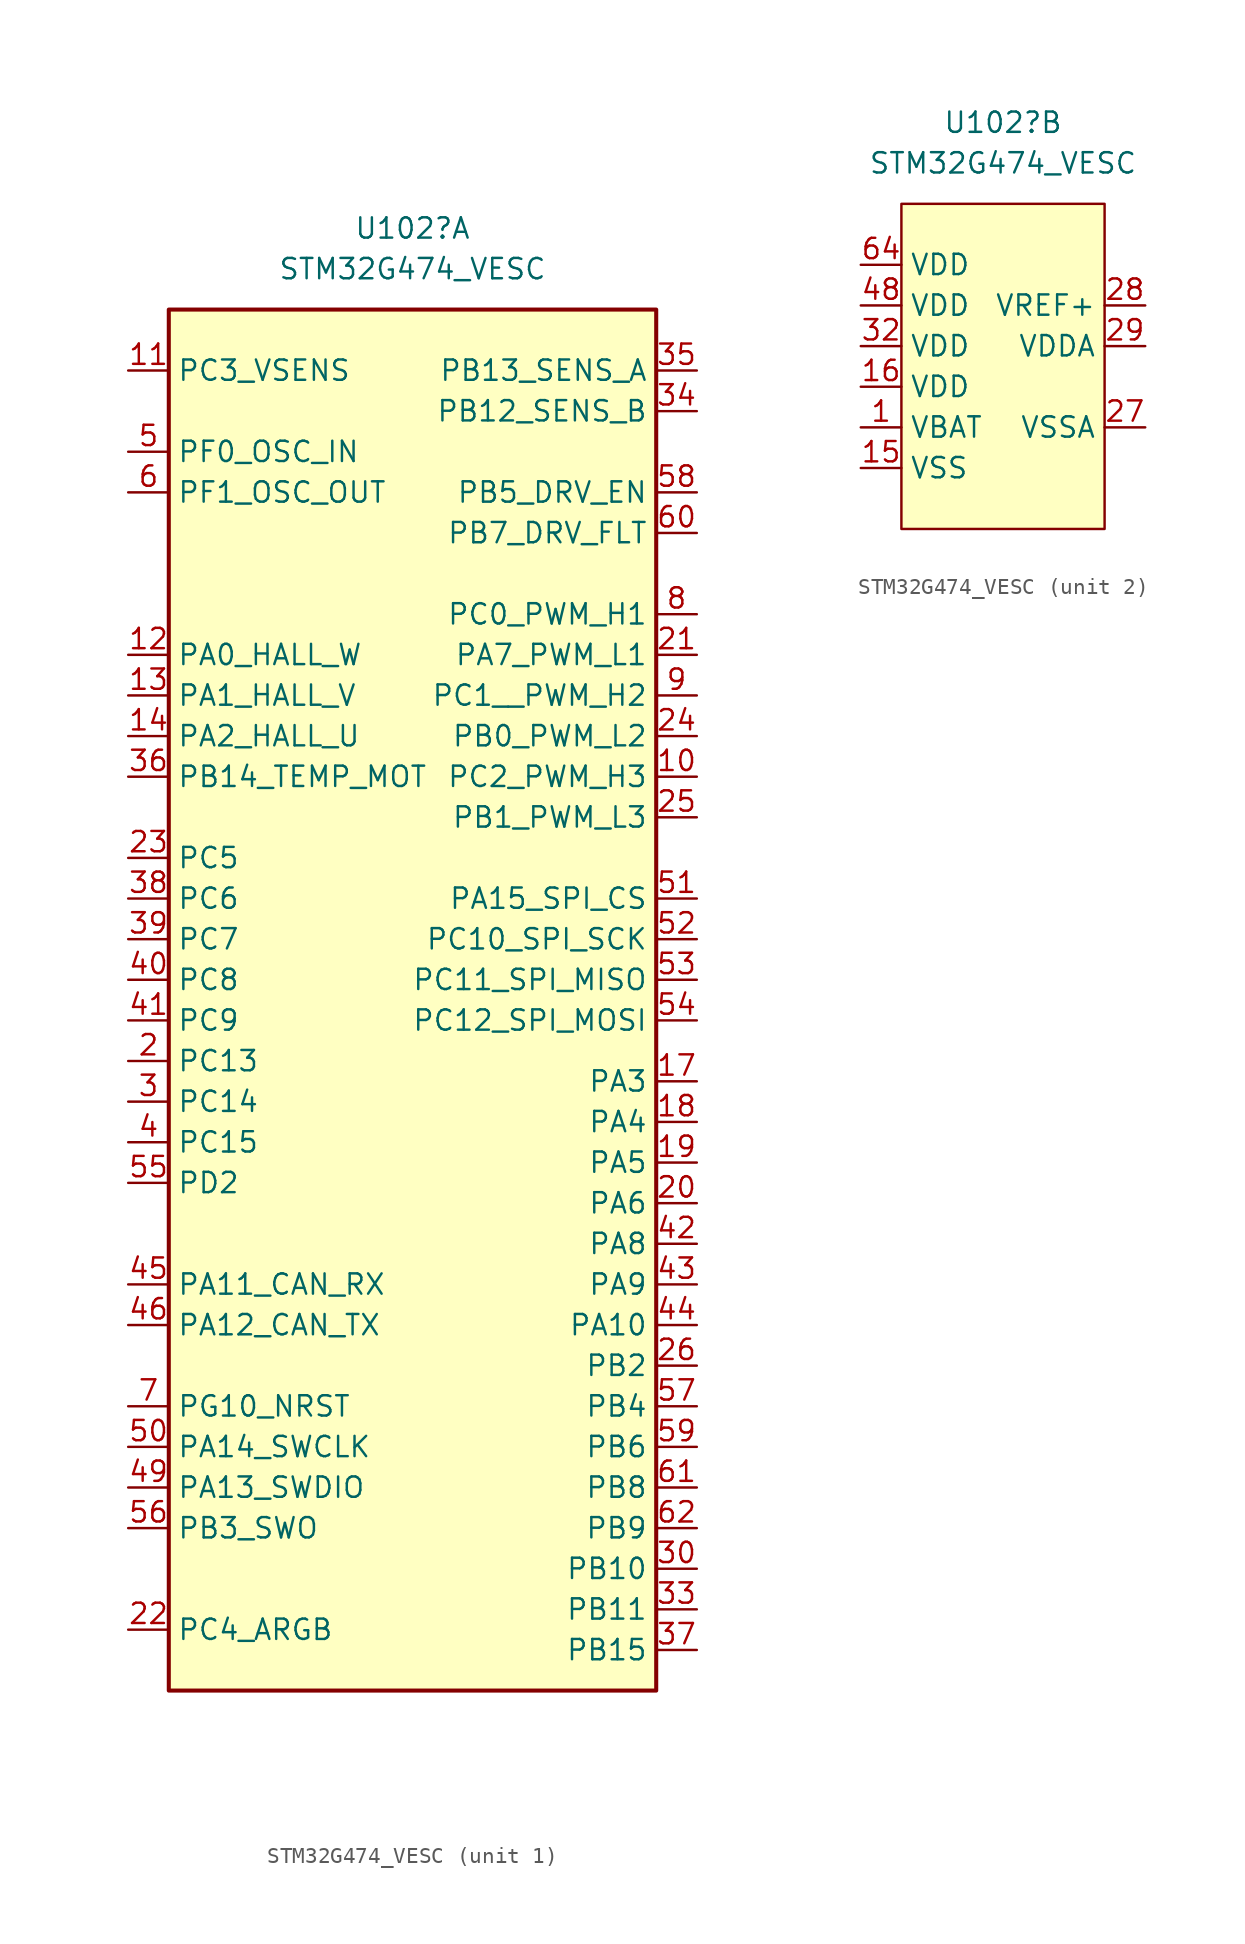
<source format=kicad_sym>
(kicad_symbol_lib
  (version 20241209)
  (generator "kicad_symbol_editor")
  (generator_version "9.0")
  (symbol "STM32G474_VESC"
    (property "Reference" "U102"
      (at 1.27 53.34 0)
      (effects (font (size 1.27 1.27))))
    (property "Value" "STM32G474_VESC"
      (at 1.27 50.8 0)
      (effects (font (size 1.27 1.27))))
    (symbol "STM32G474_VESC_1_1"
      (rectangle (start -13.97 48.26) (end 16.51 -38.1) (stroke (width 0.254) (type solid)) (fill (type background)))
      (pin bidirectional line (at -16.51 44.45 0) (length 2.54) (name "PC3_VSENS" (effects (font (size 1.27 1.27)))) (number "11" (effects (font (size 1.27 1.27)))) (alternate "ADC1_IN9" bidirectional line) (alternate "ADC2_IN9" bidirectional line) (alternate "ADC3_EXTI3" bidirectional line) (alternate "ADC4_EXTI3" bidirectional line) (alternate "ADC5_EXTI3" bidirectional line) (alternate "LPTIM1_ETR" bidirectional line) (alternate "OPAMP5_VINP" bidirectional line) (alternate "OPAMP5_VINP_SEC" bidirectional line) (alternate "QUADSPI1_BK2_IO2" bidirectional line) (alternate "SAI1_D1" bidirectional line) (alternate "SAI1_SD_A" bidirectional line) (alternate "TIM1_BKIN2" bidirectional line) (alternate "TIM1_CH4" bidirectional line))
      (pin bidirectional line (at -16.51 39.37 0) (length 2.54) (name "PF0_OSC_IN" (effects (font (size 1.27 1.27)))) (number "5" (effects (font (size 1.27 1.27)))) (alternate "ADC1_IN10" bidirectional line) (alternate "I2C2_SDA" bidirectional line) (alternate "I2S2_WS" bidirectional line) (alternate "RCC_OSC_IN" bidirectional line) (alternate "SPI2_NSS" bidirectional line) (alternate "TIM1_CH3N" bidirectional line))
      (pin bidirectional line (at -16.51 36.83 0) (length 2.54) (name "PF1_OSC_OUT" (effects (font (size 1.27 1.27)))) (number "6" (effects (font (size 1.27 1.27)))) (alternate "ADC2_IN10" bidirectional line) (alternate "COMP3_INM" bidirectional line) (alternate "I2S2_CK" bidirectional line) (alternate "RCC_OSC_OUT" bidirectional line) (alternate "SPI2_SCK" bidirectional line))
      (pin bidirectional line (at -16.51 26.67 0) (length 2.54) (name "PA0_HALL_W" (effects (font (size 1.27 1.27)))) (number "12" (effects (font (size 1.27 1.27)))) (alternate "ADC1_IN1" bidirectional line) (alternate "ADC2_IN1" bidirectional line) (alternate "COMP1_INM" bidirectional line) (alternate "COMP1_OUT" bidirectional line) (alternate "COMP3_INP" bidirectional line) (alternate "RTC_TAMP2" bidirectional line) (alternate "SYS_WKUP1" bidirectional line) (alternate "TIM2_CH1" bidirectional line) (alternate "TIM2_ETR" bidirectional line) (alternate "TIM5_CH1" bidirectional line) (alternate "TIM8_BKIN" bidirectional line) (alternate "TIM8_ETR" bidirectional line) (alternate "USART2_CTS" bidirectional line) (alternate "USART2_NSS" bidirectional line))
      (pin bidirectional line (at -16.51 24.13 0) (length 2.54) (name "PA1_HALL_V" (effects (font (size 1.27 1.27)))) (number "13" (effects (font (size 1.27 1.27)))) (alternate "ADC1_IN2" bidirectional line) (alternate "ADC2_IN2" bidirectional line) (alternate "COMP1_INP" bidirectional line) (alternate "OPAMP1_VINP" bidirectional line) (alternate "OPAMP1_VINP_SEC" bidirectional line) (alternate "OPAMP3_VINP" bidirectional line) (alternate "OPAMP3_VINP_SEC" bidirectional line) (alternate "OPAMP6_VINM" bidirectional line) (alternate "OPAMP6_VINM0" bidirectional line) (alternate "OPAMP6_VINM_SEC" bidirectional line) (alternate "RTC_REFIN" bidirectional line) (alternate "TIM15_CH1N" bidirectional line) (alternate "TIM2_CH2" bidirectional line) (alternate "TIM5_CH2" bidirectional line) (alternate "USART2_DE" bidirectional line) (alternate "USART2_RTS" bidirectional line))
      (pin bidirectional line (at -16.51 21.59 0) (length 2.54) (name "PA2_HALL_U" (effects (font (size 1.27 1.27)))) (number "14" (effects (font (size 1.27 1.27)))) (alternate "ADC1_IN3" bidirectional line) (alternate "ADC3_EXTI2" bidirectional line) (alternate "ADC4_EXTI2" bidirectional line) (alternate "ADC5_EXTI2" bidirectional line) (alternate "COMP2_INM" bidirectional line) (alternate "COMP2_OUT" bidirectional line) (alternate "LPUART1_TX" bidirectional line) (alternate "OPAMP1_VOUT" bidirectional line) (alternate "QUADSPI1_BK1_NCS" bidirectional line) (alternate "RCC_LSCO" bidirectional line) (alternate "SYS_WKUP4" bidirectional line) (alternate "TIM15_CH1" bidirectional line) (alternate "TIM2_CH3" bidirectional line) (alternate "TIM5_CH3" bidirectional line) (alternate "UCPD1_FRSTX1" bidirectional line) (alternate "UCPD1_FRSTX2" bidirectional line) (alternate "USART2_TX" bidirectional line))
      (pin bidirectional line (at -16.51 19.05 0) (length 2.54) (name "PB14_TEMP_MOT" (effects (font (size 1.27 1.27)))) (number "36" (effects (font (size 1.27 1.27)))) (alternate "ADC1_IN5" bidirectional line) (alternate "ADC4_IN4" bidirectional line) (alternate "COMP4_OUT" bidirectional line) (alternate "COMP7_INP" bidirectional line) (alternate "HRTIM1_CHD1" bidirectional line) (alternate "OPAMP2_VINP" bidirectional line) (alternate "OPAMP2_VINP_SEC" bidirectional line) (alternate "OPAMP5_VINP" bidirectional line) (alternate "OPAMP5_VINP_SEC" bidirectional line) (alternate "SPI2_MISO" bidirectional line) (alternate "TIM15_CH1" bidirectional line) (alternate "TIM1_CH2N" bidirectional line) (alternate "USART3_DE" bidirectional line) (alternate "USART3_RTS" bidirectional line))
      (pin bidirectional line (at -16.51 13.97 0) (length 2.54) (name "PC5" (effects (font (size 1.27 1.27)))) (number "23" (effects (font (size 1.27 1.27)))) (alternate "ADC2_IN11" bidirectional line) (alternate "HRTIM1_EEV10" bidirectional line) (alternate "OPAMP1_VINM" bidirectional line) (alternate "OPAMP1_VINM1" bidirectional line) (alternate "OPAMP1_VINM_SEC" bidirectional line) (alternate "OPAMP2_VINM" bidirectional line) (alternate "OPAMP2_VINM1" bidirectional line) (alternate "OPAMP2_VINM_SEC" bidirectional line) (alternate "SAI1_D3" bidirectional line) (alternate "SYS_WKUP5" bidirectional line) (alternate "TIM15_BKIN" bidirectional line) (alternate "TIM1_CH4N" bidirectional line) (alternate "USART1_RX" bidirectional line))
      (pin bidirectional line (at -16.51 11.43 0) (length 2.54) (name "PC6" (effects (font (size 1.27 1.27)))) (number "38" (effects (font (size 1.27 1.27)))) (alternate "COMP6_OUT" bidirectional line) (alternate "HRTIM1_CHF1" bidirectional line) (alternate "HRTIM1_EEV10" bidirectional line) (alternate "I2C4_SCL" bidirectional line) (alternate "I2S2_MCK" bidirectional line) (alternate "TIM3_CH1" bidirectional line) (alternate "TIM8_CH1" bidirectional line))
      (pin bidirectional line (at -16.51 8.89 0) (length 2.54) (name "PC7" (effects (font (size 1.27 1.27)))) (number "39" (effects (font (size 1.27 1.27)))) (alternate "COMP5_OUT" bidirectional line) (alternate "HRTIM1_CHF2" bidirectional line) (alternate "HRTIM1_FLT5" bidirectional line) (alternate "I2C4_SDA" bidirectional line) (alternate "I2S3_MCK" bidirectional line) (alternate "TIM3_CH2" bidirectional line) (alternate "TIM8_CH2" bidirectional line))
      (pin bidirectional line (at -16.51 6.35 0) (length 2.54) (name "PC8" (effects (font (size 1.27 1.27)))) (number "40" (effects (font (size 1.27 1.27)))) (alternate "COMP7_OUT" bidirectional line) (alternate "HRTIM1_CHE1" bidirectional line) (alternate "I2C3_SCL" bidirectional line) (alternate "TIM20_CH3" bidirectional line) (alternate "TIM3_CH3" bidirectional line) (alternate "TIM8_CH3" bidirectional line))
      (pin bidirectional line (at -16.51 3.81 0) (length 2.54) (name "PC9" (effects (font (size 1.27 1.27)))) (number "41" (effects (font (size 1.27 1.27)))) (alternate "DAC1_EXTI9" bidirectional line) (alternate "DAC2_EXTI9" bidirectional line) (alternate "DAC3_EXTI9" bidirectional line) (alternate "DAC4_EXTI9" bidirectional line) (alternate "HRTIM1_CHE2" bidirectional line) (alternate "I2C3_SDA" bidirectional line) (alternate "I2S_CKIN" bidirectional line) (alternate "TIM3_CH4" bidirectional line) (alternate "TIM8_BKIN2" bidirectional line) (alternate "TIM8_CH4" bidirectional line))
      (pin bidirectional line (at -16.51 1.27 0) (length 2.54) (name "PC13" (effects (font (size 1.27 1.27)))) (number "2" (effects (font (size 1.27 1.27)))) (alternate "RTC_OUT1" bidirectional line) (alternate "RTC_TAMP1" bidirectional line) (alternate "RTC_TS" bidirectional line) (alternate "SYS_WKUP2" bidirectional line) (alternate "TIM1_BKIN" bidirectional line) (alternate "TIM1_CH1N" bidirectional line) (alternate "TIM8_CH4N" bidirectional line))
      (pin bidirectional line (at -16.51 -1.27 0) (length 2.54) (name "PC14" (effects (font (size 1.27 1.27)))) (number "3" (effects (font (size 1.27 1.27)))) (alternate "RCC_OSC32_IN" bidirectional line))
      (pin bidirectional line (at -16.51 -3.81 0) (length 2.54) (name "PC15" (effects (font (size 1.27 1.27)))) (number "4" (effects (font (size 1.27 1.27)))) (alternate "ADC1_EXTI15" bidirectional line) (alternate "ADC2_EXTI15" bidirectional line) (alternate "RCC_OSC32_OUT" bidirectional line))
      (pin bidirectional line (at -16.51 -6.35 0) (length 2.54) (name "PD2" (effects (font (size 1.27 1.27)))) (number "55" (effects (font (size 1.27 1.27)))) (alternate "ADC3_EXTI2" bidirectional line) (alternate "ADC4_EXTI2" bidirectional line) (alternate "ADC5_EXTI2" bidirectional line) (alternate "TIM3_ETR" bidirectional line) (alternate "TIM8_BKIN" bidirectional line) (alternate "UART5_RX" bidirectional line))
      (pin bidirectional line (at -16.51 -12.7 0) (length 2.54) (name "PA11_CAN_RX" (effects (font (size 1.27 1.27)))) (number "45" (effects (font (size 1.27 1.27)))) (alternate "ADC1_EXTI11" bidirectional line) (alternate "ADC2_EXTI11" bidirectional line) (alternate "COMP1_OUT" bidirectional line) (alternate "FDCAN1_RX" bidirectional line) (alternate "HRTIM1_CHB2" bidirectional line) (alternate "I2S2_SD" bidirectional line) (alternate "SPI2_MOSI" bidirectional line) (alternate "TIM1_BKIN2" bidirectional line) (alternate "TIM1_CH1N" bidirectional line) (alternate "TIM1_CH4" bidirectional line) (alternate "TIM4_CH1" bidirectional line) (alternate "USART1_CTS" bidirectional line) (alternate "USART1_NSS" bidirectional line) (alternate "USB_DM" bidirectional line))
      (pin bidirectional line (at -16.51 -15.24 0) (length 2.54) (name "PA12_CAN_TX" (effects (font (size 1.27 1.27)))) (number "46" (effects (font (size 1.27 1.27)))) (alternate "COMP2_OUT" bidirectional line) (alternate "FDCAN1_TX" bidirectional line) (alternate "HRTIM1_FLT1" bidirectional line) (alternate "I2S_CKIN" bidirectional line) (alternate "TIM16_CH1" bidirectional line) (alternate "TIM1_CH2N" bidirectional line) (alternate "TIM1_ETR" bidirectional line) (alternate "TIM4_CH2" bidirectional line) (alternate "USART1_DE" bidirectional line) (alternate "USART1_RTS" bidirectional line) (alternate "USB_DP" bidirectional line))
      (pin bidirectional line (at -16.51 -20.32 0) (length 2.54) (name "PG10_NRST" (effects (font (size 1.27 1.27)))) (number "7" (effects (font (size 1.27 1.27)))) (alternate "DAC1_EXTI10" bidirectional line) (alternate "DAC2_EXTI10" bidirectional line) (alternate "DAC3_EXTI10" bidirectional line) (alternate "DAC4_EXTI10" bidirectional line) (alternate "RCC_MCO" bidirectional line))
      (pin bidirectional line (at -16.51 -22.86 0) (length 2.54) (name "PA14_SWCLK" (effects (font (size 1.27 1.27)))) (number "50" (effects (font (size 1.27 1.27)))) (alternate "I2C1_SDA" bidirectional line) (alternate "I2C4_SMBA" bidirectional line) (alternate "LPTIM1_OUT" bidirectional line) (alternate "SAI1_FS_B" bidirectional line) (alternate "SYS_JTCK-SWCLK" bidirectional line) (alternate "TIM1_BKIN" bidirectional line) (alternate "TIM8_CH2" bidirectional line) (alternate "USART2_TX" bidirectional line))
      (pin bidirectional line (at -16.51 -25.4 0) (length 2.54) (name "PA13_SWDIO" (effects (font (size 1.27 1.27)))) (number "49" (effects (font (size 1.27 1.27)))) (alternate "I2C1_SCL" bidirectional line) (alternate "I2C4_SCL" bidirectional line) (alternate "IR_OUT" bidirectional line) (alternate "SAI1_SD_B" bidirectional line) (alternate "SYS_JTMS-SWDIO" bidirectional line) (alternate "TIM16_CH1N" bidirectional line) (alternate "TIM4_CH3" bidirectional line) (alternate "USART3_CTS" bidirectional line) (alternate "USART3_NSS" bidirectional line))
      (pin bidirectional line (at -16.51 -27.94 0) (length 2.54) (name "PB3_SWO" (effects (font (size 1.27 1.27)))) (number "56" (effects (font (size 1.27 1.27)))) (alternate "ADC3_EXTI3" bidirectional line) (alternate "ADC4_EXTI3" bidirectional line) (alternate "ADC5_EXTI3" bidirectional line) (alternate "CRS_SYNC" bidirectional line) (alternate "FDCAN3_RX" bidirectional line) (alternate "HRTIM1_EEV9" bidirectional line) (alternate "HRTIM1_SCOUT" bidirectional line) (alternate "I2S3_CK" bidirectional line) (alternate "SAI1_SCK_B" bidirectional line) (alternate "SPI1_SCK" bidirectional line) (alternate "SPI3_SCK" bidirectional line) (alternate "SYS_JTDO-SWO" bidirectional line) (alternate "TIM2_CH2" bidirectional line) (alternate "TIM3_ETR" bidirectional line) (alternate "TIM4_ETR" bidirectional line) (alternate "TIM8_CH1N" bidirectional line) (alternate "USART2_TX" bidirectional line))
      (pin bidirectional line (at -16.51 -34.29 0) (length 2.54) (name "PC4_ARGB" (effects (font (size 1.27 1.27)))) (number "22" (effects (font (size 1.27 1.27)))) (alternate "ADC2_IN5" bidirectional line) (alternate "I2C2_SCL" bidirectional line) (alternate "QUADSPI1_BK2_IO3" bidirectional line) (alternate "TIM1_ETR" bidirectional line) (alternate "USART1_TX" bidirectional line))
      (pin bidirectional line (at 19.05 44.45 180) (length 2.54) (name "PB13_SENS_A" (effects (font (size 1.27 1.27)))) (number "35" (effects (font (size 1.27 1.27)))) (alternate "ADC3_IN5" bidirectional line) (alternate "COMP5_INP" bidirectional line) (alternate "FDCAN2_TX" bidirectional line) (alternate "HRTIM1_CHC2" bidirectional line) (alternate "I2S2_CK" bidirectional line) (alternate "LPUART1_CTS" bidirectional line) (alternate "OPAMP3_VINP" bidirectional line) (alternate "OPAMP3_VINP_SEC" bidirectional line) (alternate "OPAMP4_VINP" bidirectional line) (alternate "OPAMP4_VINP_SEC" bidirectional line) (alternate "OPAMP6_VINP" bidirectional line) (alternate "OPAMP6_VINP_SEC" bidirectional line) (alternate "SPI2_SCK" bidirectional line) (alternate "TIM1_CH1N" bidirectional line) (alternate "USART3_CTS" bidirectional line) (alternate "USART3_NSS" bidirectional line))
      (pin bidirectional line (at 19.05 41.91 180) (length 2.54) (name "PB12_SENS_B" (effects (font (size 1.27 1.27)))) (number "34" (effects (font (size 1.27 1.27)))) (alternate "ADC1_IN11" bidirectional line) (alternate "ADC4_IN3" bidirectional line) (alternate "COMP7_INM" bidirectional line) (alternate "FDCAN2_RX" bidirectional line) (alternate "HRTIM1_CHC1" bidirectional line) (alternate "I2C2_SMBA" bidirectional line) (alternate "I2S2_WS" bidirectional line) (alternate "LPUART1_DE" bidirectional line) (alternate "LPUART1_RTS" bidirectional line) (alternate "OPAMP4_VOUT" bidirectional line) (alternate "OPAMP6_VINP" bidirectional line) (alternate "OPAMP6_VINP_SEC" bidirectional line) (alternate "SPI2_NSS" bidirectional line) (alternate "TIM1_BKIN" bidirectional line) (alternate "TIM5_ETR" bidirectional line) (alternate "USART3_CK" bidirectional line))
      (pin bidirectional line (at 19.05 36.83 180) (length 2.54) (name "PB5_DRV_EN" (effects (font (size 1.27 1.27)))) (number "58" (effects (font (size 1.27 1.27)))) (alternate "FDCAN2_RX" bidirectional line) (alternate "HRTIM1_EEV6" bidirectional line) (alternate "I2C1_SMBA" bidirectional line) (alternate "I2C3_SDA" bidirectional line) (alternate "I2S3_SD" bidirectional line) (alternate "LPTIM1_IN1" bidirectional line) (alternate "SAI1_SD_B" bidirectional line) (alternate "SPI1_MOSI" bidirectional line) (alternate "SPI3_MOSI" bidirectional line) (alternate "TIM16_BKIN" bidirectional line) (alternate "TIM17_CH1" bidirectional line) (alternate "TIM3_CH2" bidirectional line) (alternate "TIM8_CH3N" bidirectional line) (alternate "UART5_CTS" bidirectional line) (alternate "USART2_CK" bidirectional line))
      (pin bidirectional line (at 19.05 34.29 180) (length 2.54) (name "PB7_DRV_FLT" (effects (font (size 1.27 1.27)))) (number "60" (effects (font (size 1.27 1.27)))) (alternate "COMP3_OUT" bidirectional line) (alternate "HRTIM1_EEV3" bidirectional line) (alternate "I2C1_SDA" bidirectional line) (alternate "I2C4_SDA" bidirectional line) (alternate "LPTIM1_IN2" bidirectional line) (alternate "SYS_PVD_IN" bidirectional line) (alternate "TIM17_CH1N" bidirectional line) (alternate "TIM3_CH4" bidirectional line) (alternate "TIM4_CH2" bidirectional line) (alternate "TIM8_BKIN" bidirectional line) (alternate "UART4_CTS" bidirectional line) (alternate "USART1_RX" bidirectional line))
      (pin bidirectional line (at 19.05 29.21 180) (length 2.54) (name "PC0_PWM_H1" (effects (font (size 1.27 1.27)))) (number "8" (effects (font (size 1.27 1.27)))) (alternate "ADC1_IN6" bidirectional line) (alternate "ADC2_IN6" bidirectional line) (alternate "COMP3_INM" bidirectional line) (alternate "LPTIM1_IN1" bidirectional line) (alternate "LPUART1_RX" bidirectional line) (alternate "TIM1_CH1" bidirectional line))
      (pin bidirectional line (at 19.05 26.67 180) (length 2.54) (name "PA7_PWM_L1" (effects (font (size 1.27 1.27)))) (number "21" (effects (font (size 1.27 1.27)))) (alternate "ADC2_IN4" bidirectional line) (alternate "COMP2_INP" bidirectional line) (alternate "COMP2_OUT" bidirectional line) (alternate "OPAMP1_VINP" bidirectional line) (alternate "OPAMP1_VINP_SEC" bidirectional line) (alternate "OPAMP2_VINP" bidirectional line) (alternate "OPAMP2_VINP_SEC" bidirectional line) (alternate "QUADSPI1_BK1_IO2" bidirectional line) (alternate "SPI1_MOSI" bidirectional line) (alternate "TIM17_CH1" bidirectional line) (alternate "TIM1_CH1N" bidirectional line) (alternate "TIM3_CH2" bidirectional line) (alternate "TIM8_CH1N" bidirectional line) (alternate "UCPD1_FRSTX1" bidirectional line) (alternate "UCPD1_FRSTX2" bidirectional line))
      (pin bidirectional line (at 19.05 24.13 180) (length 2.54) (name "PC1__PWM_H2" (effects (font (size 1.27 1.27)))) (number "9" (effects (font (size 1.27 1.27)))) (alternate "ADC1_IN7" bidirectional line) (alternate "ADC2_IN7" bidirectional line) (alternate "COMP3_INP" bidirectional line) (alternate "LPTIM1_OUT" bidirectional line) (alternate "LPUART1_TX" bidirectional line) (alternate "QUADSPI1_BK2_IO0" bidirectional line) (alternate "SAI1_SD_A" bidirectional line) (alternate "TIM1_CH2" bidirectional line))
      (pin bidirectional line (at 19.05 21.59 180) (length 2.54) (name "PB0_PWM_L2" (effects (font (size 1.27 1.27)))) (number "24" (effects (font (size 1.27 1.27)))) (alternate "ADC1_IN15" bidirectional line) (alternate "ADC3_IN12" bidirectional line) (alternate "COMP4_INP" bidirectional line) (alternate "HRTIM1_FLT5" bidirectional line) (alternate "OPAMP2_VINP" bidirectional line) (alternate "OPAMP2_VINP_SEC" bidirectional line) (alternate "OPAMP3_VINP" bidirectional line) (alternate "OPAMP3_VINP_SEC" bidirectional line) (alternate "QUADSPI1_BK1_IO1" bidirectional line) (alternate "TIM1_CH2N" bidirectional line) (alternate "TIM3_CH3" bidirectional line) (alternate "TIM8_CH2N" bidirectional line) (alternate "UCPD1_FRSTX1" bidirectional line) (alternate "UCPD1_FRSTX2" bidirectional line))
      (pin bidirectional line (at 19.05 19.05 180) (length 2.54) (name "PC2_PWM_H3" (effects (font (size 1.27 1.27)))) (number "10" (effects (font (size 1.27 1.27)))) (alternate "ADC1_IN8" bidirectional line) (alternate "ADC2_IN8" bidirectional line) (alternate "ADC3_EXTI2" bidirectional line) (alternate "ADC4_EXTI2" bidirectional line) (alternate "ADC5_EXTI2" bidirectional line) (alternate "COMP3_OUT" bidirectional line) (alternate "LPTIM1_IN2" bidirectional line) (alternate "QUADSPI1_BK2_IO1" bidirectional line) (alternate "TIM1_CH3" bidirectional line) (alternate "TIM20_CH2" bidirectional line))
      (pin bidirectional line (at 19.05 16.51 180) (length 2.54) (name "PB1_PWM_L3" (effects (font (size 1.27 1.27)))) (number "25" (effects (font (size 1.27 1.27)))) (alternate "ADC1_IN12" bidirectional line) (alternate "ADC3_IN1" bidirectional line) (alternate "COMP1_INP" bidirectional line) (alternate "COMP4_OUT" bidirectional line) (alternate "HRTIM1_SCOUT" bidirectional line) (alternate "LPUART1_DE" bidirectional line) (alternate "LPUART1_RTS" bidirectional line) (alternate "OPAMP3_VOUT" bidirectional line) (alternate "OPAMP6_VINM" bidirectional line) (alternate "OPAMP6_VINM1" bidirectional line) (alternate "OPAMP6_VINM_SEC" bidirectional line) (alternate "QUADSPI1_BK1_IO0" bidirectional line) (alternate "TIM1_CH3N" bidirectional line) (alternate "TIM3_CH4" bidirectional line) (alternate "TIM8_CH3N" bidirectional line))
      (pin bidirectional line (at 19.05 11.43 180) (length 2.54) (name "PA15_SPI_CS" (effects (font (size 1.27 1.27)))) (number "51" (effects (font (size 1.27 1.27)))) (alternate "ADC1_EXTI15" bidirectional line) (alternate "ADC2_EXTI15" bidirectional line) (alternate "FDCAN3_TX" bidirectional line) (alternate "HRTIM1_FLT2" bidirectional line) (alternate "I2C1_SCL" bidirectional line) (alternate "I2S3_WS" bidirectional line) (alternate "SPI1_NSS" bidirectional line) (alternate "SPI3_NSS" bidirectional line) (alternate "SYS_JTDI" bidirectional line) (alternate "TIM1_BKIN" bidirectional line) (alternate "TIM2_CH1" bidirectional line) (alternate "TIM2_ETR" bidirectional line) (alternate "TIM8_CH1" bidirectional line) (alternate "UART4_DE" bidirectional line) (alternate "UART4_RTS" bidirectional line) (alternate "USART2_RX" bidirectional line))
      (pin bidirectional line (at 19.05 8.89 180) (length 2.54) (name "PC10_SPI_SCK" (effects (font (size 1.27 1.27)))) (number "52" (effects (font (size 1.27 1.27)))) (alternate "DAC1_EXTI10" bidirectional line) (alternate "DAC2_EXTI10" bidirectional line) (alternate "DAC3_EXTI10" bidirectional line) (alternate "DAC4_EXTI10" bidirectional line) (alternate "HRTIM1_FLT6" bidirectional line) (alternate "I2S3_CK" bidirectional line) (alternate "SPI3_SCK" bidirectional line) (alternate "TIM8_CH1N" bidirectional line) (alternate "UART4_TX" bidirectional line) (alternate "USART3_TX" bidirectional line))
      (pin bidirectional line (at 19.05 6.35 180) (length 2.54) (name "PC11_SPI_MISO" (effects (font (size 1.27 1.27)))) (number "53" (effects (font (size 1.27 1.27)))) (alternate "ADC1_EXTI11" bidirectional line) (alternate "ADC2_EXTI11" bidirectional line) (alternate "HRTIM1_EEV2" bidirectional line) (alternate "I2C3_SDA" bidirectional line) (alternate "SPI3_MISO" bidirectional line) (alternate "TIM8_CH2N" bidirectional line) (alternate "UART4_RX" bidirectional line) (alternate "USART3_RX" bidirectional line))
      (pin bidirectional line (at 19.05 3.81 180) (length 2.54) (name "PC12_SPI_MOSI" (effects (font (size 1.27 1.27)))) (number "54" (effects (font (size 1.27 1.27)))) (alternate "HRTIM1_EEV1" bidirectional line) (alternate "I2S3_SD" bidirectional line) (alternate "SPI3_MOSI" bidirectional line) (alternate "TIM5_CH2" bidirectional line) (alternate "TIM8_CH3N" bidirectional line) (alternate "UART5_TX" bidirectional line) (alternate "UCPD1_FRSTX1" bidirectional line) (alternate "UCPD1_FRSTX2" bidirectional line) (alternate "USART3_CK" bidirectional line))
      (pin bidirectional line (at 19.05 0 180) (length 2.54) (name "PA3" (effects (font (size 1.27 1.27)))) (number "17" (effects (font (size 1.27 1.27)))) (alternate "ADC1_IN4" bidirectional line) (alternate "ADC3_EXTI3" bidirectional line) (alternate "ADC4_EXTI3" bidirectional line) (alternate "ADC5_EXTI3" bidirectional line) (alternate "COMP2_INP" bidirectional line) (alternate "LPUART1_RX" bidirectional line) (alternate "OPAMP1_VINM" bidirectional line) (alternate "OPAMP1_VINM0" bidirectional line) (alternate "OPAMP1_VINM_SEC" bidirectional line) (alternate "OPAMP1_VINP" bidirectional line) (alternate "OPAMP1_VINP_SEC" bidirectional line) (alternate "OPAMP5_VINM" bidirectional line) (alternate "OPAMP5_VINM1" bidirectional line) (alternate "OPAMP5_VINM_SEC" bidirectional line) (alternate "QUADSPI1_CLK" bidirectional line) (alternate "SAI1_CK1" bidirectional line) (alternate "SAI1_MCLK_A" bidirectional line) (alternate "TIM15_CH2" bidirectional line) (alternate "TIM2_CH4" bidirectional line) (alternate "TIM5_CH4" bidirectional line) (alternate "USART2_RX" bidirectional line))
      (pin bidirectional line (at 19.05 -2.54 180) (length 2.54) (name "PA4" (effects (font (size 1.27 1.27)))) (number "18" (effects (font (size 1.27 1.27)))) (alternate "ADC2_IN17" bidirectional line) (alternate "COMP1_INM" bidirectional line) (alternate "DAC1_OUT1" bidirectional line) (alternate "I2S3_WS" bidirectional line) (alternate "SAI1_FS_B" bidirectional line) (alternate "SPI1_NSS" bidirectional line) (alternate "SPI3_NSS" bidirectional line) (alternate "TIM3_CH2" bidirectional line) (alternate "USART2_CK" bidirectional line))
      (pin bidirectional line (at 19.05 -5.08 180) (length 2.54) (name "PA5" (effects (font (size 1.27 1.27)))) (number "19" (effects (font (size 1.27 1.27)))) (alternate "ADC2_IN13" bidirectional line) (alternate "COMP2_INM" bidirectional line) (alternate "DAC1_OUT2" bidirectional line) (alternate "OPAMP2_VINM" bidirectional line) (alternate "OPAMP2_VINM0" bidirectional line) (alternate "OPAMP2_VINM_SEC" bidirectional line) (alternate "SPI1_SCK" bidirectional line) (alternate "TIM2_CH1" bidirectional line) (alternate "TIM2_ETR" bidirectional line) (alternate "UCPD1_FRSTX1" bidirectional line) (alternate "UCPD1_FRSTX2" bidirectional line))
      (pin bidirectional line (at 19.05 -7.62 180) (length 2.54) (name "PA6" (effects (font (size 1.27 1.27)))) (number "20" (effects (font (size 1.27 1.27)))) (alternate "ADC2_IN3" bidirectional line) (alternate "COMP1_OUT" bidirectional line) (alternate "DAC2_OUT1" bidirectional line) (alternate "LPUART1_CTS" bidirectional line) (alternate "OPAMP2_VOUT" bidirectional line) (alternate "QUADSPI1_BK1_IO3" bidirectional line) (alternate "SPI1_MISO" bidirectional line) (alternate "TIM16_CH1" bidirectional line) (alternate "TIM1_BKIN" bidirectional line) (alternate "TIM3_CH1" bidirectional line) (alternate "TIM8_BKIN" bidirectional line))
      (pin bidirectional line (at 19.05 -10.16 180) (length 2.54) (name "PA8" (effects (font (size 1.27 1.27)))) (number "42" (effects (font (size 1.27 1.27)))) (alternate "ADC5_IN1" bidirectional line) (alternate "COMP7_OUT" bidirectional line) (alternate "FDCAN3_RX" bidirectional line) (alternate "HRTIM1_CHA1" bidirectional line) (alternate "I2C2_SDA" bidirectional line) (alternate "I2C3_SCL" bidirectional line) (alternate "I2S2_MCK" bidirectional line) (alternate "OPAMP5_VOUT" bidirectional line) (alternate "RCC_MCO" bidirectional line) (alternate "SAI1_CK2" bidirectional line) (alternate "SAI1_SCK_A" bidirectional line) (alternate "TIM1_CH1" bidirectional line) (alternate "TIM4_ETR" bidirectional line) (alternate "USART1_CK" bidirectional line))
      (pin bidirectional line (at 19.05 -12.7 180) (length 2.54) (name "PA9" (effects (font (size 1.27 1.27)))) (number "43" (effects (font (size 1.27 1.27)))) (alternate "ADC5_IN2" bidirectional line) (alternate "COMP5_OUT" bidirectional line) (alternate "DAC1_EXTI9" bidirectional line) (alternate "DAC2_EXTI9" bidirectional line) (alternate "DAC3_EXTI9" bidirectional line) (alternate "DAC4_EXTI9" bidirectional line) (alternate "HRTIM1_CHA2" bidirectional line) (alternate "I2C2_SCL" bidirectional line) (alternate "I2C3_SMBA" bidirectional line) (alternate "I2S3_MCK" bidirectional line) (alternate "SAI1_FS_A" bidirectional line) (alternate "TIM15_BKIN" bidirectional line) (alternate "TIM1_CH2" bidirectional line) (alternate "TIM2_CH3" bidirectional line) (alternate "UCPD1_DBCC1" bidirectional line) (alternate "USART1_TX" bidirectional line))
      (pin bidirectional line (at 19.05 -15.24 180) (length 2.54) (name "PA10" (effects (font (size 1.27 1.27)))) (number "44" (effects (font (size 1.27 1.27)))) (alternate "COMP6_OUT" bidirectional line) (alternate "CRS_SYNC" bidirectional line) (alternate "DAC1_EXTI10" bidirectional line) (alternate "DAC2_EXTI10" bidirectional line) (alternate "DAC3_EXTI10" bidirectional line) (alternate "DAC4_EXTI10" bidirectional line) (alternate "HRTIM1_CHB1" bidirectional line) (alternate "I2C2_SMBA" bidirectional line) (alternate "SAI1_D1" bidirectional line) (alternate "SAI1_SD_A" bidirectional line) (alternate "SPI2_MISO" bidirectional line) (alternate "TIM17_BKIN" bidirectional line) (alternate "TIM1_CH3" bidirectional line) (alternate "TIM2_CH4" bidirectional line) (alternate "TIM8_BKIN" bidirectional line) (alternate "UCPD1_DBCC2" bidirectional line) (alternate "USART1_RX" bidirectional line))
      (pin bidirectional line (at 19.05 -17.78 180) (length 2.54) (name "PB2" (effects (font (size 1.27 1.27)))) (number "26" (effects (font (size 1.27 1.27)))) (alternate "ADC2_IN12" bidirectional line) (alternate "ADC3_EXTI2" bidirectional line) (alternate "ADC4_EXTI2" bidirectional line) (alternate "ADC5_EXTI2" bidirectional line) (alternate "COMP4_INM" bidirectional line) (alternate "HRTIM1_SCIN" bidirectional line) (alternate "I2C3_SMBA" bidirectional line) (alternate "LPTIM1_OUT" bidirectional line) (alternate "OPAMP3_VINM" bidirectional line) (alternate "OPAMP3_VINM0" bidirectional line) (alternate "OPAMP3_VINM_SEC" bidirectional line) (alternate "QUADSPI1_BK2_IO1" bidirectional line) (alternate "RTC_OUT2" bidirectional line) (alternate "TIM20_CH1" bidirectional line) (alternate "TIM5_CH1" bidirectional line))
      (pin bidirectional line (at 19.05 -20.32 180) (length 2.54) (name "PB4" (effects (font (size 1.27 1.27)))) (number "57" (effects (font (size 1.27 1.27)))) (alternate "FDCAN3_TX" bidirectional line) (alternate "HRTIM1_EEV7" bidirectional line) (alternate "SAI1_MCLK_B" bidirectional line) (alternate "SPI1_MISO" bidirectional line) (alternate "SPI3_MISO" bidirectional line) (alternate "SYS_JTRST" bidirectional line) (alternate "TIM16_CH1" bidirectional line) (alternate "TIM17_BKIN" bidirectional line) (alternate "TIM3_CH1" bidirectional line) (alternate "TIM8_CH2N" bidirectional line) (alternate "UART5_DE" bidirectional line) (alternate "UART5_RTS" bidirectional line) (alternate "UCPD1_CC2" bidirectional line) (alternate "USART2_RX" bidirectional line))
      (pin bidirectional line (at 19.05 -22.86 180) (length 2.54) (name "PB6" (effects (font (size 1.27 1.27)))) (number "59" (effects (font (size 1.27 1.27)))) (alternate "COMP4_OUT" bidirectional line) (alternate "FDCAN2_TX" bidirectional line) (alternate "HRTIM1_EEV4" bidirectional line) (alternate "HRTIM1_SCIN" bidirectional line) (alternate "LPTIM1_ETR" bidirectional line) (alternate "SAI1_FS_B" bidirectional line) (alternate "TIM16_CH1N" bidirectional line) (alternate "TIM4_CH1" bidirectional line) (alternate "TIM8_BKIN2" bidirectional line) (alternate "TIM8_CH1" bidirectional line) (alternate "TIM8_ETR" bidirectional line) (alternate "UCPD1_CC1" bidirectional line) (alternate "USART1_TX" bidirectional line))
      (pin bidirectional line (at 19.05 -25.4 180) (length 2.54) (name "PB8" (effects (font (size 1.27 1.27)))) (number "61" (effects (font (size 1.27 1.27)))) (alternate "COMP1_OUT" bidirectional line) (alternate "FDCAN1_RX" bidirectional line) (alternate "HRTIM1_EEV8" bidirectional line) (alternate "I2C1_SCL" bidirectional line) (alternate "SAI1_CK1" bidirectional line) (alternate "SAI1_MCLK_A" bidirectional line) (alternate "TIM16_CH1" bidirectional line) (alternate "TIM1_BKIN" bidirectional line) (alternate "TIM4_CH3" bidirectional line) (alternate "TIM8_CH2" bidirectional line) (alternate "USART3_RX" bidirectional line))
      (pin bidirectional line (at 19.05 -27.94 180) (length 2.54) (name "PB9" (effects (font (size 1.27 1.27)))) (number "62" (effects (font (size 1.27 1.27)))) (alternate "COMP2_OUT" bidirectional line) (alternate "DAC1_EXTI9" bidirectional line) (alternate "DAC2_EXTI9" bidirectional line) (alternate "DAC3_EXTI9" bidirectional line) (alternate "DAC4_EXTI9" bidirectional line) (alternate "FDCAN1_TX" bidirectional line) (alternate "HRTIM1_EEV5" bidirectional line) (alternate "I2C1_SDA" bidirectional line) (alternate "IR_OUT" bidirectional line) (alternate "SAI1_D2" bidirectional line) (alternate "SAI1_FS_A" bidirectional line) (alternate "TIM17_CH1" bidirectional line) (alternate "TIM1_CH3N" bidirectional line) (alternate "TIM4_CH4" bidirectional line) (alternate "TIM8_CH3" bidirectional line) (alternate "USART3_TX" bidirectional line))
      (pin bidirectional line (at 19.05 -30.48 180) (length 2.54) (name "PB10" (effects (font (size 1.27 1.27)))) (number "30" (effects (font (size 1.27 1.27)))) (alternate "COMP5_INM" bidirectional line) (alternate "DAC1_EXTI10" bidirectional line) (alternate "DAC2_EXTI10" bidirectional line) (alternate "DAC3_EXTI10" bidirectional line) (alternate "DAC4_EXTI10" bidirectional line) (alternate "HRTIM1_FLT3" bidirectional line) (alternate "LPUART1_RX" bidirectional line) (alternate "OPAMP3_VINM" bidirectional line) (alternate "OPAMP3_VINM1" bidirectional line) (alternate "OPAMP3_VINM_SEC" bidirectional line) (alternate "OPAMP4_VINM" bidirectional line) (alternate "OPAMP4_VINM0" bidirectional line) (alternate "OPAMP4_VINM_SEC" bidirectional line) (alternate "QUADSPI1_CLK" bidirectional line) (alternate "SAI1_SCK_A" bidirectional line) (alternate "TIM1_BKIN" bidirectional line) (alternate "TIM2_CH3" bidirectional line) (alternate "USART3_TX" bidirectional line))
      (pin bidirectional line (at 19.05 -33.02 180) (length 2.54) (name "PB11" (effects (font (size 1.27 1.27)))) (number "33" (effects (font (size 1.27 1.27)))) (alternate "ADC1_EXTI11" bidirectional line) (alternate "ADC1_IN14" bidirectional line) (alternate "ADC2_EXTI11" bidirectional line) (alternate "ADC2_IN14" bidirectional line) (alternate "COMP6_INP" bidirectional line) (alternate "HRTIM1_FLT4" bidirectional line) (alternate "LPUART1_TX" bidirectional line) (alternate "OPAMP4_VINP" bidirectional line) (alternate "OPAMP4_VINP_SEC" bidirectional line) (alternate "OPAMP6_VOUT" bidirectional line) (alternate "QUADSPI1_BK1_NCS" bidirectional line) (alternate "TIM2_CH4" bidirectional line) (alternate "USART3_RX" bidirectional line))
      (pin bidirectional line (at 19.05 -35.56 180) (length 2.54) (name "PB15" (effects (font (size 1.27 1.27)))) (number "37" (effects (font (size 1.27 1.27)))) (alternate "ADC1_EXTI15" bidirectional line) (alternate "ADC2_EXTI15" bidirectional line) (alternate "ADC2_IN15" bidirectional line) (alternate "ADC4_IN5" bidirectional line) (alternate "COMP3_OUT" bidirectional line) (alternate "COMP6_INM" bidirectional line) (alternate "HRTIM1_CHD2" bidirectional line) (alternate "I2S2_SD" bidirectional line) (alternate "OPAMP5_VINM" bidirectional line) (alternate "OPAMP5_VINM0" bidirectional line) (alternate "OPAMP5_VINM_SEC" bidirectional line) (alternate "RTC_REFIN" bidirectional line) (alternate "SPI2_MOSI" bidirectional line) (alternate "TIM15_CH1N" bidirectional line) (alternate "TIM15_CH2" bidirectional line) (alternate "TIM1_CH3N" bidirectional line)))
    (symbol "STM32G474_VESC_2_1"
      (rectangle (start -5.08 48.26) (end 7.62 27.94) (stroke (width 0) (type solid)) (fill (type background)))
      (pin power_in line (at -7.62 44.45 0) (length 2.54) (name "VDD" (effects (font (size 1.27 1.27)))) (number "64" (effects (font (size 1.27 1.27)))))
      (pin power_in line (at -7.62 41.91 0) (length 2.54) (name "VDD" (effects (font (size 1.27 1.27)))) (number "48" (effects (font (size 1.27 1.27)))))
      (pin power_in line (at -7.62 39.37 0) (length 2.54) (name "VDD" (effects (font (size 1.27 1.27)))) (number "32" (effects (font (size 1.27 1.27)))))
      (pin power_in line (at -7.62 36.83 0) (length 2.54) (name "VDD" (effects (font (size 1.27 1.27)))) (number "16" (effects (font (size 1.27 1.27)))))
      (pin power_in line (at -7.62 34.29 0) (length 2.54) (name "VBAT" (effects (font (size 1.27 1.27)))) (number "1" (effects (font (size 1.27 1.27)))))
      (pin power_in line (at -7.62 31.75 0) (length 2.54) (name "VSS" (effects (font (size 1.27 1.27)))) (number "15" (effects (font (size 1.27 1.27)))))
      (pin passive line (at -7.62 31.75 0) (length 2.54) (hide yes) (name "VSS" (effects (font (size 1.27 1.27)))) (number "31" (effects (font (size 1.27 1.27)))))
      (pin passive line (at -7.62 31.75 0) (length 2.54) (hide yes) (name "VSS" (effects (font (size 1.27 1.27)))) (number "47" (effects (font (size 1.27 1.27)))))
      (pin passive line (at -7.62 31.75 0) (length 2.54) (hide yes) (name "VSS" (effects (font (size 1.27 1.27)))) (number "63" (effects (font (size 1.27 1.27)))))
      (pin input line (at 10.16 41.91 180) (length 2.54) (name "VREF+" (effects (font (size 1.27 1.27)))) (number "28" (effects (font (size 1.27 1.27)))) (alternate "VREFBUF_OUT" bidirectional line))
      (pin power_in line (at 10.16 39.37 180) (length 2.54) (name "VDDA" (effects (font (size 1.27 1.27)))) (number "29" (effects (font (size 1.27 1.27)))))
      (pin power_in line (at 10.16 34.29 180) (length 2.54) (name "VSSA" (effects (font (size 1.27 1.27)))) (number "27" (effects (font (size 1.27 1.27))))))))
</source>
